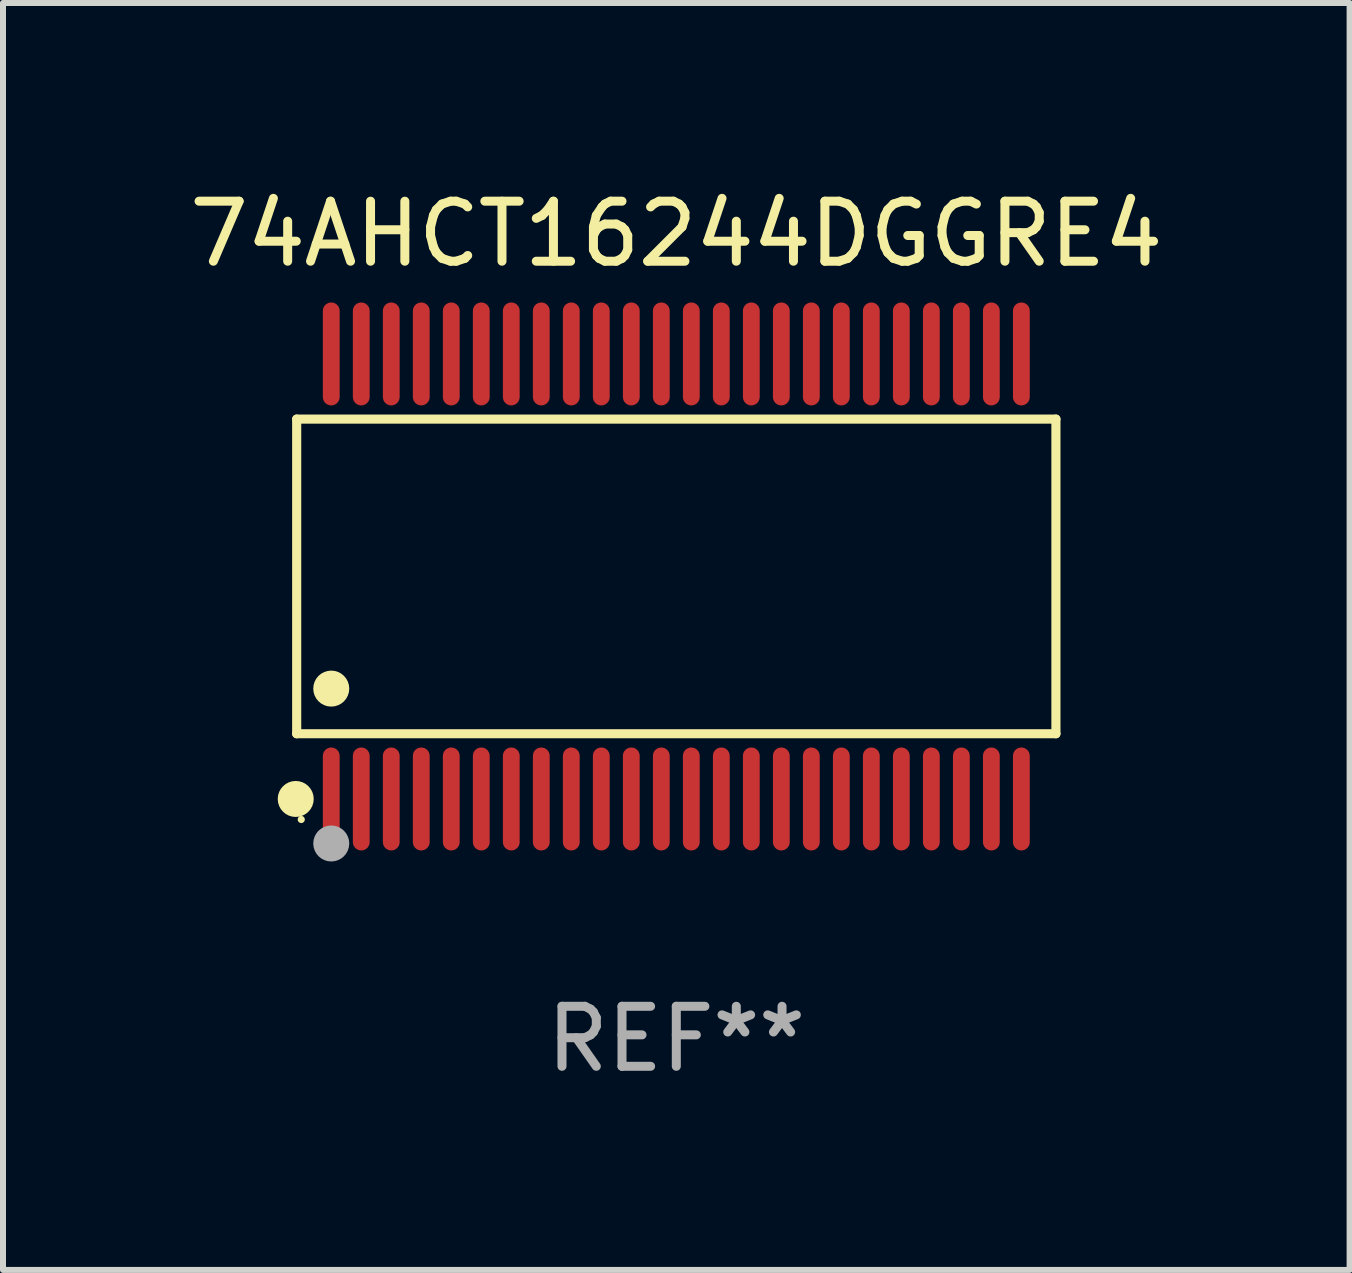
<source format=kicad_pcb>
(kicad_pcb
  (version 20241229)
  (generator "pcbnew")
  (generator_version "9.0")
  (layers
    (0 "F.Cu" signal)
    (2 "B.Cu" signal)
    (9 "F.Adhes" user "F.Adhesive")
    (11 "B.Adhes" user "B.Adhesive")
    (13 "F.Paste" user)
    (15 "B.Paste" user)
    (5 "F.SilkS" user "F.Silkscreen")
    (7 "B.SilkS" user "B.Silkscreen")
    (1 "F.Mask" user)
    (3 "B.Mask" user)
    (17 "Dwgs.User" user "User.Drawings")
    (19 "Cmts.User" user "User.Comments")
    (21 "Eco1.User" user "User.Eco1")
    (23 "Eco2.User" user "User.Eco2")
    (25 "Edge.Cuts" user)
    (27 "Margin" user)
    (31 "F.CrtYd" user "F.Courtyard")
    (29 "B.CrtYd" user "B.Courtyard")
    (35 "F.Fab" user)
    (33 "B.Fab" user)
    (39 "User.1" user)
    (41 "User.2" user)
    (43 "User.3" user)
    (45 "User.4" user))
  (footprint "74AHCT16244DGGRE4"
    (layer "F.Cu")
    (at 8.22 6.556)
    (property "Reference" "74AHCT16244DGGRE4" (at 0 -5.708 0) (layer "F.SilkS") (effects (font (size 1 1) (thickness 0.15))))
    (attr through_hole)
    (fp_line (start -6.326 -2.622) (end 6.326 -2.622) (stroke (width 0.152) (type solid)) (layer "F.SilkS"))
    (fp_line (start -6.326 2.621) (end -6.326 -2.622) (stroke (width 0.152) (type solid)) (layer "F.SilkS"))
    (fp_line (start 6.326 -2.622) (end 6.326 2.621) (stroke (width 0.152) (type solid)) (layer "F.SilkS"))
    (fp_line (start 6.326 2.621) (end -6.326 2.621) (stroke (width 0.152) (type solid)) (layer "F.SilkS"))
    (fp_circle (center -6.342 3.708) (end -6.192 3.708) (stroke (width 0.3) (type solid)) (fill no) (layer "F.SilkS"))
    (fp_circle (center -6.25 4.05) (end -6.22 4.05) (stroke (width 0.06) (type solid)) (fill no) (layer "F.SilkS"))
    (fp_circle (center -5.75 1.869) (end -5.6 1.869) (stroke (width 0.3) (type solid)) (fill no) (layer "F.SilkS"))
    (fp_circle (center -5.75 4.45) (end -5.6 4.45) (stroke (width 0.3) (type solid)) (fill no) (layer "F.Fab"))
    (fp_text user "REF**" (at 0 7.708 0) (layer "F.Fab") (effects (font (size 1 1) (thickness 0.15))))
    (pad "1" smd oval (at -5.75 3.708) (size 0.28 1.715) (layers "F.Cu" "F.Mask" "F.Paste"))
    (pad "2" smd oval (at -5.25 3.708) (size 0.28 1.715) (layers "F.Cu" "F.Mask" "F.Paste"))
    (pad "3" smd oval (at -4.75 3.708) (size 0.28 1.715) (layers "F.Cu" "F.Mask" "F.Paste"))
    (pad "4" smd oval (at -4.25 3.708) (size 0.28 1.715) (layers "F.Cu" "F.Mask" "F.Paste"))
    (pad "5" smd oval (at -3.75 3.708) (size 0.28 1.715) (layers "F.Cu" "F.Mask" "F.Paste"))
    (pad "6" smd oval (at -3.25 3.708) (size 0.28 1.715) (layers "F.Cu" "F.Mask" "F.Paste"))
    (pad "7" smd oval (at -2.75 3.708) (size 0.28 1.715) (layers "F.Cu" "F.Mask" "F.Paste"))
    (pad "8" smd oval (at -2.25 3.708) (size 0.28 1.715) (layers "F.Cu" "F.Mask" "F.Paste"))
    (pad "9" smd oval (at -1.75 3.708) (size 0.28 1.715) (layers "F.Cu" "F.Mask" "F.Paste"))
    (pad "10" smd oval (at -1.25 3.708) (size 0.28 1.715) (layers "F.Cu" "F.Mask" "F.Paste"))
    (pad "11" smd oval (at -0.75 3.708) (size 0.28 1.715) (layers "F.Cu" "F.Mask" "F.Paste"))
    (pad "12" smd oval (at -0.25 3.708) (size 0.28 1.715) (layers "F.Cu" "F.Mask" "F.Paste"))
    (pad "13" smd oval (at 0.25 3.708) (size 0.28 1.715) (layers "F.Cu" "F.Mask" "F.Paste"))
    (pad "14" smd oval (at 0.75 3.708) (size 0.28 1.715) (layers "F.Cu" "F.Mask" "F.Paste"))
    (pad "15" smd oval (at 1.25 3.708) (size 0.28 1.715) (layers "F.Cu" "F.Mask" "F.Paste"))
    (pad "16" smd oval (at 1.75 3.708) (size 0.28 1.715) (layers "F.Cu" "F.Mask" "F.Paste"))
    (pad "17" smd oval (at 2.25 3.708) (size 0.28 1.715) (layers "F.Cu" "F.Mask" "F.Paste"))
    (pad "18" smd oval (at 2.75 3.708) (size 0.28 1.715) (layers "F.Cu" "F.Mask" "F.Paste"))
    (pad "19" smd oval (at 3.25 3.708) (size 0.28 1.715) (layers "F.Cu" "F.Mask" "F.Paste"))
    (pad "20" smd oval (at 3.75 3.708) (size 0.28 1.715) (layers "F.Cu" "F.Mask" "F.Paste"))
    (pad "21" smd oval (at 4.25 3.708) (size 0.28 1.715) (layers "F.Cu" "F.Mask" "F.Paste"))
    (pad "22" smd oval (at 4.75 3.708) (size 0.28 1.715) (layers "F.Cu" "F.Mask" "F.Paste"))
    (pad "23" smd oval (at 5.25 3.708) (size 0.28 1.715) (layers "F.Cu" "F.Mask" "F.Paste"))
    (pad "24" smd oval (at 5.75 3.708) (size 0.28 1.715) (layers "F.Cu" "F.Mask" "F.Paste"))
    (pad "25" smd oval (at 5.75 -3.708) (size 0.28 1.715) (layers "F.Cu" "F.Mask" "F.Paste"))
    (pad "26" smd oval (at 5.25 -3.708) (size 0.28 1.715) (layers "F.Cu" "F.Mask" "F.Paste"))
    (pad "27" smd oval (at 4.75 -3.708) (size 0.28 1.715) (layers "F.Cu" "F.Mask" "F.Paste"))
    (pad "28" smd oval (at 4.25 -3.708) (size 0.28 1.715) (layers "F.Cu" "F.Mask" "F.Paste"))
    (pad "29" smd oval (at 3.75 -3.708) (size 0.28 1.715) (layers "F.Cu" "F.Mask" "F.Paste"))
    (pad "30" smd oval (at 3.25 -3.708) (size 0.28 1.715) (layers "F.Cu" "F.Mask" "F.Paste"))
    (pad "31" smd oval (at 2.75 -3.708) (size 0.28 1.715) (layers "F.Cu" "F.Mask" "F.Paste"))
    (pad "32" smd oval (at 2.25 -3.708) (size 0.28 1.715) (layers "F.Cu" "F.Mask" "F.Paste"))
    (pad "33" smd oval (at 1.75 -3.708) (size 0.28 1.715) (layers "F.Cu" "F.Mask" "F.Paste"))
    (pad "34" smd oval (at 1.25 -3.708) (size 0.28 1.715) (layers "F.Cu" "F.Mask" "F.Paste"))
    (pad "35" smd oval (at 0.75 -3.708) (size 0.28 1.715) (layers "F.Cu" "F.Mask" "F.Paste"))
    (pad "36" smd oval (at 0.25 -3.708) (size 0.28 1.715) (layers "F.Cu" "F.Mask" "F.Paste"))
    (pad "37" smd oval (at -0.25 -3.708) (size 0.28 1.715) (layers "F.Cu" "F.Mask" "F.Paste"))
    (pad "38" smd oval (at -0.75 -3.708) (size 0.28 1.715) (layers "F.Cu" "F.Mask" "F.Paste"))
    (pad "39" smd oval (at -1.25 -3.708) (size 0.28 1.715) (layers "F.Cu" "F.Mask" "F.Paste"))
    (pad "40" smd oval (at -1.75 -3.708) (size 0.28 1.715) (layers "F.Cu" "F.Mask" "F.Paste"))
    (pad "41" smd oval (at -2.25 -3.708) (size 0.28 1.715) (layers "F.Cu" "F.Mask" "F.Paste"))
    (pad "42" smd oval (at -2.75 -3.708) (size 0.28 1.715) (layers "F.Cu" "F.Mask" "F.Paste"))
    (pad "43" smd oval (at -3.25 -3.708) (size 0.28 1.715) (layers "F.Cu" "F.Mask" "F.Paste"))
    (pad "44" smd oval (at -3.75 -3.708) (size 0.28 1.715) (layers "F.Cu" "F.Mask" "F.Paste"))
    (pad "45" smd oval (at -4.25 -3.708) (size 0.28 1.715) (layers "F.Cu" "F.Mask" "F.Paste"))
    (pad "46" smd oval (at -4.75 -3.708) (size 0.28 1.715) (layers "F.Cu" "F.Mask" "F.Paste"))
    (pad "47" smd oval (at -5.25 -3.708) (size 0.28 1.715) (layers "F.Cu" "F.Mask" "F.Paste"))
    (pad "48" smd oval (at -5.75 -3.708) (size 0.28 1.715) (layers "F.Cu" "F.Mask" "F.Paste")))
  (gr_rect
    (start -3 -3)
    (end 19.44 18.112)
    (stroke (width 0.1) (type default))
    (fill no)
    (layer "Edge.Cuts")))
</source>
